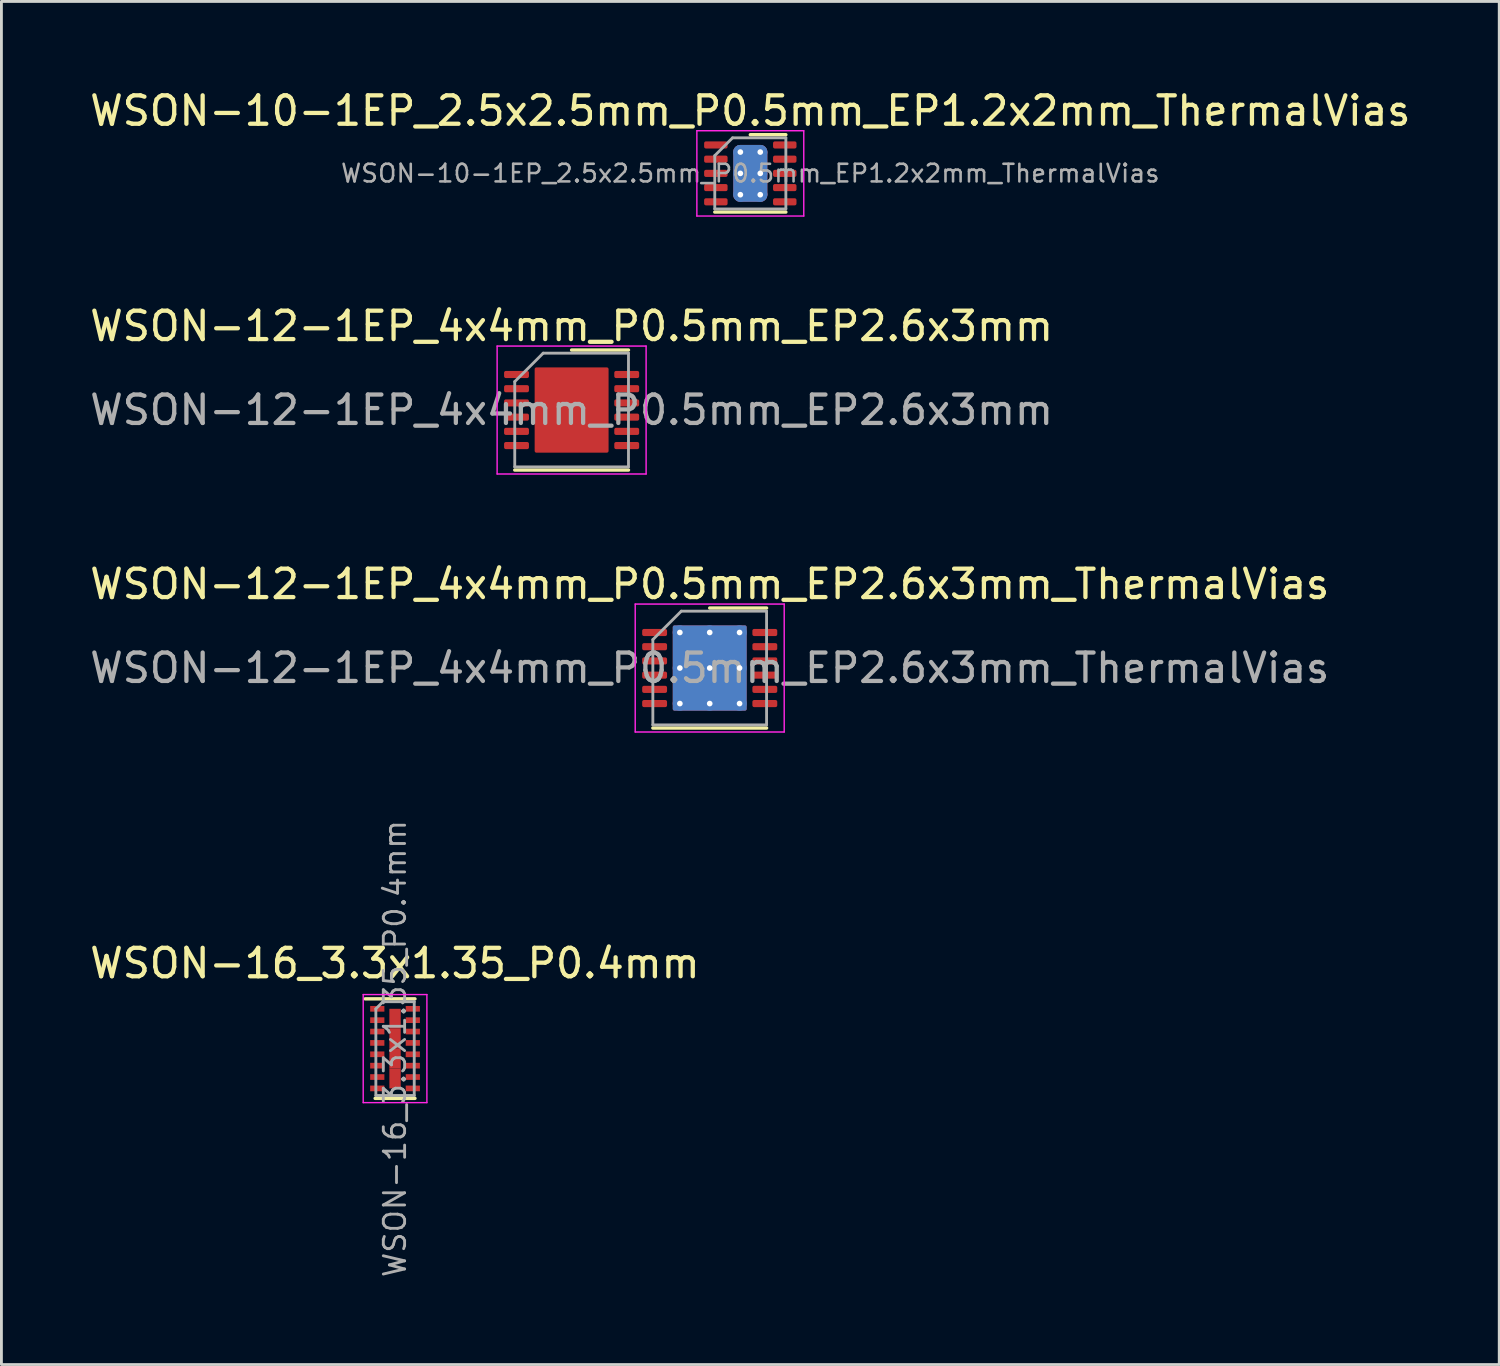
<source format=kicad_pcb>
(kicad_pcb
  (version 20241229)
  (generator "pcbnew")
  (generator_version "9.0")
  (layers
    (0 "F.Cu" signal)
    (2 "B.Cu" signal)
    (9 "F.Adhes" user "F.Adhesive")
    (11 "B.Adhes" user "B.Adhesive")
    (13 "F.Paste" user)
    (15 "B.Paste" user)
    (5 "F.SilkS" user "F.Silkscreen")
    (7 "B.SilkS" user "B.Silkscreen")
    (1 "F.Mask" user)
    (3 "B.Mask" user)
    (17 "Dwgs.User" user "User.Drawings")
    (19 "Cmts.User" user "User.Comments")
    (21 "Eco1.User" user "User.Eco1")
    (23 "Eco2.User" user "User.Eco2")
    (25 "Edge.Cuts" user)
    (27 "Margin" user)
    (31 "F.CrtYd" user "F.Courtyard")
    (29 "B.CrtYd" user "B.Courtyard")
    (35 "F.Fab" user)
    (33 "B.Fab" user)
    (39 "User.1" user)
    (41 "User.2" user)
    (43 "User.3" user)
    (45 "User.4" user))
  (footprint "WSON-12-1EP_4x4mm_P0.5mm_EP2.6x3mm_ThermalVias"
    (layer "F.Cu")
    (at 21.911 20.445)
    (property "Reference" "WSON-12-1EP_4x4mm_P0.5mm_EP2.6x3mm_ThermalVias" (at 0 -2.95 0) (layer "F.SilkS") (effects (font (size 1 1) (thickness 0.15))))
    (attr smd)
    (fp_line (start -2 2.11) (end 2 2.11) (stroke (width 0.12) (type solid)) (layer "F.SilkS"))
    (fp_line (start 0 -2.11) (end 2 -2.11) (stroke (width 0.12) (type solid)) (layer "F.SilkS"))
    (fp_line (start -2.62 -2.25) (end -2.62 2.25) (stroke (width 0.05) (type solid)) (layer "F.CrtYd"))
    (fp_line (start -2.62 2.25) (end 2.62 2.25) (stroke (width 0.05) (type solid)) (layer "F.CrtYd"))
    (fp_line (start 2.62 -2.25) (end -2.62 -2.25) (stroke (width 0.05) (type solid)) (layer "F.CrtYd"))
    (fp_line (start 2.62 2.25) (end 2.62 -2.25) (stroke (width 0.05) (type solid)) (layer "F.CrtYd"))
    (fp_line (start -2 -1) (end -1 -2) (stroke (width 0.1) (type solid)) (layer "F.Fab"))
    (fp_line (start -2 2) (end -2 -1) (stroke (width 0.1) (type solid)) (layer "F.Fab"))
    (fp_line (start -1 -2) (end 2 -2) (stroke (width 0.1) (type solid)) (layer "F.Fab"))
    (fp_line (start 2 -2) (end 2 2) (stroke (width 0.1) (type solid)) (layer "F.Fab"))
    (fp_line (start 2 2) (end -2 2) (stroke (width 0.1) (type solid)) (layer "F.Fab"))
    (fp_text user "${REFERENCE}" (at 0 0 0) (layer "F.Fab") (effects (font (size 1 1) (thickness 0.15))))
    (pad "" smd roundrect (at -0.65 -0.75) (size 1.13 1.3) (layers "F.Paste") (roundrect_rratio 0.221))
    (pad "" smd roundrect (at -0.65 0.75) (size 1.13 1.3) (layers "F.Paste") (roundrect_rratio 0.221))
    (pad "" smd roundrect (at 0.65 -0.75) (size 1.13 1.3) (layers "F.Paste") (roundrect_rratio 0.221))
    (pad "" smd roundrect (at 0.65 0.75) (size 1.13 1.3) (layers "F.Paste") (roundrect_rratio 0.221))
    (pad "1" smd roundrect (at -1.938 -1.25) (size 0.875 0.25) (layers "F.Cu" "F.Mask" "F.Paste") (roundrect_rratio 0.25))
    (pad "2" smd roundrect (at -1.938 -0.75) (size 0.875 0.25) (layers "F.Cu" "F.Mask" "F.Paste") (roundrect_rratio 0.25))
    (pad "3" smd roundrect (at -1.938 -0.25) (size 0.875 0.25) (layers "F.Cu" "F.Mask" "F.Paste") (roundrect_rratio 0.25))
    (pad "4" smd roundrect (at -1.938 0.25) (size 0.875 0.25) (layers "F.Cu" "F.Mask" "F.Paste") (roundrect_rratio 0.25))
    (pad "5" smd roundrect (at -1.938 0.75) (size 0.875 0.25) (layers "F.Cu" "F.Mask" "F.Paste") (roundrect_rratio 0.25))
    (pad "6" smd roundrect (at -1.938 1.25) (size 0.875 0.25) (layers "F.Cu" "F.Mask" "F.Paste") (roundrect_rratio 0.25))
    (pad "7" smd roundrect (at 1.938 1.25) (size 0.875 0.25) (layers "F.Cu" "F.Mask" "F.Paste") (roundrect_rratio 0.25))
    (pad "8" smd roundrect (at 1.938 0.75) (size 0.875 0.25) (layers "F.Cu" "F.Mask" "F.Paste") (roundrect_rratio 0.25))
    (pad "9" smd roundrect (at 1.938 0.25) (size 0.875 0.25) (layers "F.Cu" "F.Mask" "F.Paste") (roundrect_rratio 0.25))
    (pad "10" smd roundrect (at 1.938 -0.25) (size 0.875 0.25) (layers "F.Cu" "F.Mask" "F.Paste") (roundrect_rratio 0.25))
    (pad "11" smd roundrect (at 1.938 -0.75) (size 0.875 0.25) (layers "F.Cu" "F.Mask" "F.Paste") (roundrect_rratio 0.25))
    (pad "12" smd roundrect (at 1.938 -1.25) (size 0.875 0.25) (layers "F.Cu" "F.Mask" "F.Paste") (roundrect_rratio 0.25))
    (pad "13" thru_hole circle (at -1.05 -1.25) (size 0.5 0.5) (drill 0.2) (layers "*.Cu"))
    (pad "13" thru_hole circle (at -1.05 0) (size 0.5 0.5) (drill 0.2) (layers "*.Cu"))
    (pad "13" thru_hole circle (at -1.05 1.25) (size 0.5 0.5) (drill 0.2) (layers "*.Cu"))
    (pad "13" thru_hole circle (at 0 -1.25) (size 0.5 0.5) (drill 0.2) (layers "*.Cu"))
    (pad "13" thru_hole circle (at 0 0) (size 0.5 0.5) (drill 0.2) (layers "*.Cu"))
    (pad "13" smd roundrect (at 0 0) (size 2.6 3) (layers "F.Cu" "F.Mask") (roundrect_rratio 0.024))
    (pad "13" smd roundrect (at 0 0) (size 2.6 3) (layers "B.Cu") (roundrect_rratio 0.024))
    (pad "13" thru_hole circle (at 0 1.25) (size 0.5 0.5) (drill 0.2) (layers "*.Cu"))
    (pad "13" thru_hole circle (at 1.05 -1.25) (size 0.5 0.5) (drill 0.2) (layers "*.Cu"))
    (pad "13" thru_hole circle (at 1.05 0) (size 0.5 0.5) (drill 0.2) (layers "*.Cu"))
    (pad "13" thru_hole circle (at 1.05 1.25) (size 0.5 0.5) (drill 0.2) (layers "*.Cu")))
  (footprint "WSON-10-1EP_2.5x2.5mm_P0.5mm_EP1.2x2mm_ThermalVias"
    (layer "F.Cu")
    (at 23.339 3.048)
    (property "Reference" "WSON-10-1EP_2.5x2.5mm_P0.5mm_EP1.2x2mm_ThermalVias" (at 0 -2.2 0) (layer "F.SilkS") (effects (font (size 1 1) (thickness 0.15))))
    (attr smd)
    (fp_line (start -1.25 1.36) (end 1.25 1.36) (stroke (width 0.12) (type solid)) (layer "F.SilkS"))
    (fp_line (start 0 -1.36) (end 1.25 -1.36) (stroke (width 0.12) (type solid)) (layer "F.SilkS"))
    (fp_line (start -1.88 -1.5) (end -1.88 1.5) (stroke (width 0.05) (type solid)) (layer "F.CrtYd"))
    (fp_line (start -1.88 1.5) (end 1.88 1.5) (stroke (width 0.05) (type solid)) (layer "F.CrtYd"))
    (fp_line (start 1.88 -1.5) (end -1.88 -1.5) (stroke (width 0.05) (type solid)) (layer "F.CrtYd"))
    (fp_line (start 1.88 1.5) (end 1.88 -1.5) (stroke (width 0.05) (type solid)) (layer "F.CrtYd"))
    (fp_line (start -1.25 -0.625) (end -0.625 -1.25) (stroke (width 0.1) (type solid)) (layer "F.Fab"))
    (fp_line (start -1.25 1.25) (end -1.25 -0.625) (stroke (width 0.1) (type solid)) (layer "F.Fab"))
    (fp_line (start -0.625 -1.25) (end 1.25 -1.25) (stroke (width 0.1) (type solid)) (layer "F.Fab"))
    (fp_line (start 1.25 -1.25) (end 1.25 1.25) (stroke (width 0.1) (type solid)) (layer "F.Fab"))
    (fp_line (start 1.25 1.25) (end -1.25 1.25) (stroke (width 0.1) (type solid)) (layer "F.Fab"))
    (fp_text user "${REFERENCE}" (at 0 0 0) (layer "F.Fab") (effects (font (size 0.62 0.62) (thickness 0.09))))
    (pad "" smd roundrect (at -0.3 -0.5) (size 0.52 0.87) (layers "F.Paste") (roundrect_rratio 0.25))
    (pad "" smd roundrect (at -0.3 0.5) (size 0.52 0.87) (layers "F.Paste") (roundrect_rratio 0.25))
    (pad "" smd roundrect (at 0.3 -0.5) (size 0.52 0.87) (layers "F.Paste") (roundrect_rratio 0.25))
    (pad "" smd roundrect (at 0.3 0.5) (size 0.52 0.87) (layers "F.Paste") (roundrect_rratio 0.25))
    (pad "1" smd roundrect (at -1.212 -1) (size 0.825 0.25) (layers "F.Cu" "F.Mask" "F.Paste") (roundrect_rratio 0.25))
    (pad "2" smd roundrect (at -1.212 -0.5) (size 0.825 0.25) (layers "F.Cu" "F.Mask" "F.Paste") (roundrect_rratio 0.25))
    (pad "3" smd roundrect (at -1.212 0) (size 0.825 0.25) (layers "F.Cu" "F.Mask" "F.Paste") (roundrect_rratio 0.25))
    (pad "4" smd roundrect (at -1.212 0.5) (size 0.825 0.25) (layers "F.Cu" "F.Mask" "F.Paste") (roundrect_rratio 0.25))
    (pad "5" smd roundrect (at -1.212 1) (size 0.825 0.25) (layers "F.Cu" "F.Mask" "F.Paste") (roundrect_rratio 0.25))
    (pad "6" smd roundrect (at 1.212 1) (size 0.825 0.25) (layers "F.Cu" "F.Mask" "F.Paste") (roundrect_rratio 0.25))
    (pad "7" smd roundrect (at 1.212 0.5) (size 0.825 0.25) (layers "F.Cu" "F.Mask" "F.Paste") (roundrect_rratio 0.25))
    (pad "8" smd roundrect (at 1.212 0) (size 0.825 0.25) (layers "F.Cu" "F.Mask" "F.Paste") (roundrect_rratio 0.25))
    (pad "9" smd roundrect (at 1.212 -0.5) (size 0.825 0.25) (layers "F.Cu" "F.Mask" "F.Paste") (roundrect_rratio 0.25))
    (pad "10" smd roundrect (at 1.212 -1) (size 0.825 0.25) (layers "F.Cu" "F.Mask" "F.Paste") (roundrect_rratio 0.25))
    (pad "11" thru_hole circle (at -0.35 -0.75) (size 0.5 0.5) (drill 0.2) (layers "*.Cu"))
    (pad "11" thru_hole circle (at -0.35 0) (size 0.5 0.5) (drill 0.2) (layers "*.Cu"))
    (pad "11" thru_hole circle (at -0.35 0.75) (size 0.5 0.5) (drill 0.2) (layers "*.Cu"))
    (pad "11" smd roundrect (at 0 0) (size 1.2 2) (layers "F.Cu" "F.Mask") (roundrect_rratio 0.208))
    (pad "11" smd roundrect (at 0 0) (size 1.2 2) (layers "B.Cu") (roundrect_rratio 0.208))
    (pad "11" thru_hole circle (at 0.35 -0.75) (size 0.5 0.5) (drill 0.2) (layers "*.Cu"))
    (pad "11" thru_hole circle (at 0.35 0) (size 0.5 0.5) (drill 0.2) (layers "*.Cu"))
    (pad "11" thru_hole circle (at 0.35 0.75) (size 0.5 0.5) (drill 0.2) (layers "*.Cu")))
  (footprint "WSON-16_3.3x1.35_P0.4mm"
    (layer "F.Cu")
    (at 10.844 33.83)
    (property "Reference" "WSON-16_3.3x1.35_P0.4mm" (at -0.005 -3 0) (layer "F.SilkS") (effects (font (size 1 1) (thickness 0.15))))
    (attr smd)
    (fp_line (start 0.7 -1.75) (end -1.05 -1.75) (stroke (width 0.12) (type solid)) (layer "F.SilkS"))
    (fp_line (start 0.7 1.75) (end -0.7 1.75) (stroke (width 0.12) (type solid)) (layer "F.SilkS"))
    (fp_line (start -1.12 -1.9) (end 1.12 -1.9) (stroke (width 0.05) (type solid)) (layer "F.CrtYd"))
    (fp_line (start -1.12 1.9) (end -1.12 -1.9) (stroke (width 0.05) (type solid)) (layer "F.CrtYd"))
    (fp_line (start 1.12 -1.9) (end 1.12 1.9) (stroke (width 0.05) (type solid)) (layer "F.CrtYd"))
    (fp_line (start 1.12 1.9) (end -1.12 1.9) (stroke (width 0.05) (type solid)) (layer "F.CrtYd"))
    (fp_line (start -0.675 1.65) (end -0.675 -1.4) (stroke (width 0.1) (type solid)) (layer "F.Fab"))
    (fp_line (start -0.425 -1.65) (end -0.675 -1.4) (stroke (width 0.1) (type solid)) (layer "F.Fab"))
    (fp_line (start -0.425 -1.65) (end 0.675 -1.65) (stroke (width 0.1) (type solid)) (layer "F.Fab"))
    (fp_line (start 0.675 -1.65) (end 0.675 1.65) (stroke (width 0.1) (type solid)) (layer "F.Fab"))
    (fp_line (start 0.675 1.65) (end -0.675 1.65) (stroke (width 0.1) (type solid)) (layer "F.Fab"))
    (fp_text user "${REFERENCE}" (at -0.005 0 90) (layer "F.Fab") (effects (font (size 0.75 0.75) (thickness 0.1))))
    (pad "1" smd rect (at -0.625 -1.4 270) (size 0.2 0.5) (layers "F.Cu" "F.Mask" "F.Paste"))
    (pad "2" smd rect (at -0.625 -1 270) (size 0.2 0.5) (layers "F.Cu" "F.Mask" "F.Paste"))
    (pad "3" smd rect (at -0.625 -0.6 270) (size 0.2 0.5) (layers "F.Cu" "F.Mask" "F.Paste"))
    (pad "4" smd rect (at -0.625 -0.2 270) (size 0.2 0.5) (layers "F.Cu" "F.Mask" "F.Paste"))
    (pad "5" smd rect (at -0.625 0.2 270) (size 0.2 0.5) (layers "F.Cu" "F.Mask" "F.Paste"))
    (pad "6" smd rect (at -0.625 0.6 270) (size 0.2 0.5) (layers "F.Cu" "F.Mask" "F.Paste"))
    (pad "7" smd rect (at -0.625 1 270) (size 0.2 0.5) (layers "F.Cu" "F.Mask" "F.Paste"))
    (pad "8" smd rect (at -0.625 1.4 270) (size 0.2 0.5) (layers "F.Cu" "F.Mask" "F.Paste"))
    (pad "9" smd rect (at 0.625 1.4 270) (size 0.2 0.5) (layers "F.Cu" "F.Mask" "F.Paste"))
    (pad "10" smd rect (at 0.625 1 270) (size 0.2 0.5) (layers "F.Cu" "F.Mask" "F.Paste"))
    (pad "11" smd rect (at 0.625 0.6 270) (size 0.2 0.5) (layers "F.Cu" "F.Mask" "F.Paste"))
    (pad "12" smd rect (at 0.625 0.2 270) (size 0.2 0.5) (layers "F.Cu" "F.Mask" "F.Paste"))
    (pad "13" smd rect (at 0.625 -0.2 270) (size 0.2 0.5) (layers "F.Cu" "F.Mask" "F.Paste"))
    (pad "14" smd rect (at 0.625 -0.6 270) (size 0.2 0.5) (layers "F.Cu" "F.Mask" "F.Paste"))
    (pad "15" smd rect (at 0.625 -1 270) (size 0.2 0.5) (layers "F.Cu" "F.Mask" "F.Paste"))
    (pad "16" smd rect (at 0.625 -1.4 270) (size 0.2 0.5) (layers "F.Cu" "F.Mask" "F.Paste"))
    (pad "17" smd rect (at 0 -1.05 270) (size 0.7 0.4) (layers "F.Cu" "F.Mask" "F.Paste"))
    (pad "17" smd rect (at 0 -0.35 270) (size 0.7 0.4) (layers "F.Cu" "F.Mask" "F.Paste"))
    (pad "17" smd rect (at 0 0.35 270) (size 0.7 0.4) (layers "F.Cu" "F.Mask" "F.Paste"))
    (pad "17" smd rect (at 0 1.05 270) (size 0.7 0.4) (layers "F.Cu" "F.Mask" "F.Paste")))
  (footprint "WSON-12-1EP_4x4mm_P0.5mm_EP2.6x3mm"
    (layer "F.Cu")
    (at 17.054 11.371)
    (property "Reference" "WSON-12-1EP_4x4mm_P0.5mm_EP2.6x3mm" (at 0 -2.95 0) (layer "F.SilkS") (effects (font (size 1 1) (thickness 0.15))))
    (attr smd)
    (fp_line (start -2 2.11) (end 2 2.11) (stroke (width 0.12) (type solid)) (layer "F.SilkS"))
    (fp_line (start 0 -2.11) (end 2 -2.11) (stroke (width 0.12) (type solid)) (layer "F.SilkS"))
    (fp_line (start -2.62 -2.25) (end -2.62 2.25) (stroke (width 0.05) (type solid)) (layer "F.CrtYd"))
    (fp_line (start -2.62 2.25) (end 2.62 2.25) (stroke (width 0.05) (type solid)) (layer "F.CrtYd"))
    (fp_line (start 2.62 -2.25) (end -2.62 -2.25) (stroke (width 0.05) (type solid)) (layer "F.CrtYd"))
    (fp_line (start 2.62 2.25) (end 2.62 -2.25) (stroke (width 0.05) (type solid)) (layer "F.CrtYd"))
    (fp_line (start -2 -1) (end -1 -2) (stroke (width 0.1) (type solid)) (layer "F.Fab"))
    (fp_line (start -2 2) (end -2 -1) (stroke (width 0.1) (type solid)) (layer "F.Fab"))
    (fp_line (start -1 -2) (end 2 -2) (stroke (width 0.1) (type solid)) (layer "F.Fab"))
    (fp_line (start 2 -2) (end 2 2) (stroke (width 0.1) (type solid)) (layer "F.Fab"))
    (fp_line (start 2 2) (end -2 2) (stroke (width 0.1) (type solid)) (layer "F.Fab"))
    (fp_text user "${REFERENCE}" (at 0 0 0) (layer "F.Fab") (effects (font (size 1 1) (thickness 0.15))))
    (pad "" smd roundrect (at -0.65 -0.75) (size 1.05 1.21) (layers "F.Paste") (roundrect_rratio 0.238))
    (pad "" smd roundrect (at -0.65 0.75) (size 1.05 1.21) (layers "F.Paste") (roundrect_rratio 0.238))
    (pad "" smd roundrect (at 0.65 -0.75) (size 1.05 1.21) (layers "F.Paste") (roundrect_rratio 0.238))
    (pad "" smd roundrect (at 0.65 0.75) (size 1.05 1.21) (layers "F.Paste") (roundrect_rratio 0.238))
    (pad "1" smd roundrect (at -1.938 -1.25) (size 0.875 0.25) (layers "F.Cu" "F.Mask" "F.Paste") (roundrect_rratio 0.25))
    (pad "2" smd roundrect (at -1.938 -0.75) (size 0.875 0.25) (layers "F.Cu" "F.Mask" "F.Paste") (roundrect_rratio 0.25))
    (pad "3" smd roundrect (at -1.938 -0.25) (size 0.875 0.25) (layers "F.Cu" "F.Mask" "F.Paste") (roundrect_rratio 0.25))
    (pad "4" smd roundrect (at -1.938 0.25) (size 0.875 0.25) (layers "F.Cu" "F.Mask" "F.Paste") (roundrect_rratio 0.25))
    (pad "5" smd roundrect (at -1.938 0.75) (size 0.875 0.25) (layers "F.Cu" "F.Mask" "F.Paste") (roundrect_rratio 0.25))
    (pad "6" smd roundrect (at -1.938 1.25) (size 0.875 0.25) (layers "F.Cu" "F.Mask" "F.Paste") (roundrect_rratio 0.25))
    (pad "7" smd roundrect (at 1.938 1.25) (size 0.875 0.25) (layers "F.Cu" "F.Mask" "F.Paste") (roundrect_rratio 0.25))
    (pad "8" smd roundrect (at 1.938 0.75) (size 0.875 0.25) (layers "F.Cu" "F.Mask" "F.Paste") (roundrect_rratio 0.25))
    (pad "9" smd roundrect (at 1.938 0.25) (size 0.875 0.25) (layers "F.Cu" "F.Mask" "F.Paste") (roundrect_rratio 0.25))
    (pad "10" smd roundrect (at 1.938 -0.25) (size 0.875 0.25) (layers "F.Cu" "F.Mask" "F.Paste") (roundrect_rratio 0.25))
    (pad "11" smd roundrect (at 1.938 -0.75) (size 0.875 0.25) (layers "F.Cu" "F.Mask" "F.Paste") (roundrect_rratio 0.25))
    (pad "12" smd roundrect (at 1.938 -1.25) (size 0.875 0.25) (layers "F.Cu" "F.Mask" "F.Paste") (roundrect_rratio 0.25))
    (pad "13" smd roundrect (at 0 0) (size 2.6 3) (layers "F.Cu" "F.Mask") (roundrect_rratio 0.024)))
  (gr_rect
    (start -3 -3)
    (end 49.679 44.941)
    (stroke (width 0.1) (type default))
    (fill no)
    (layer "Edge.Cuts")))
</source>
